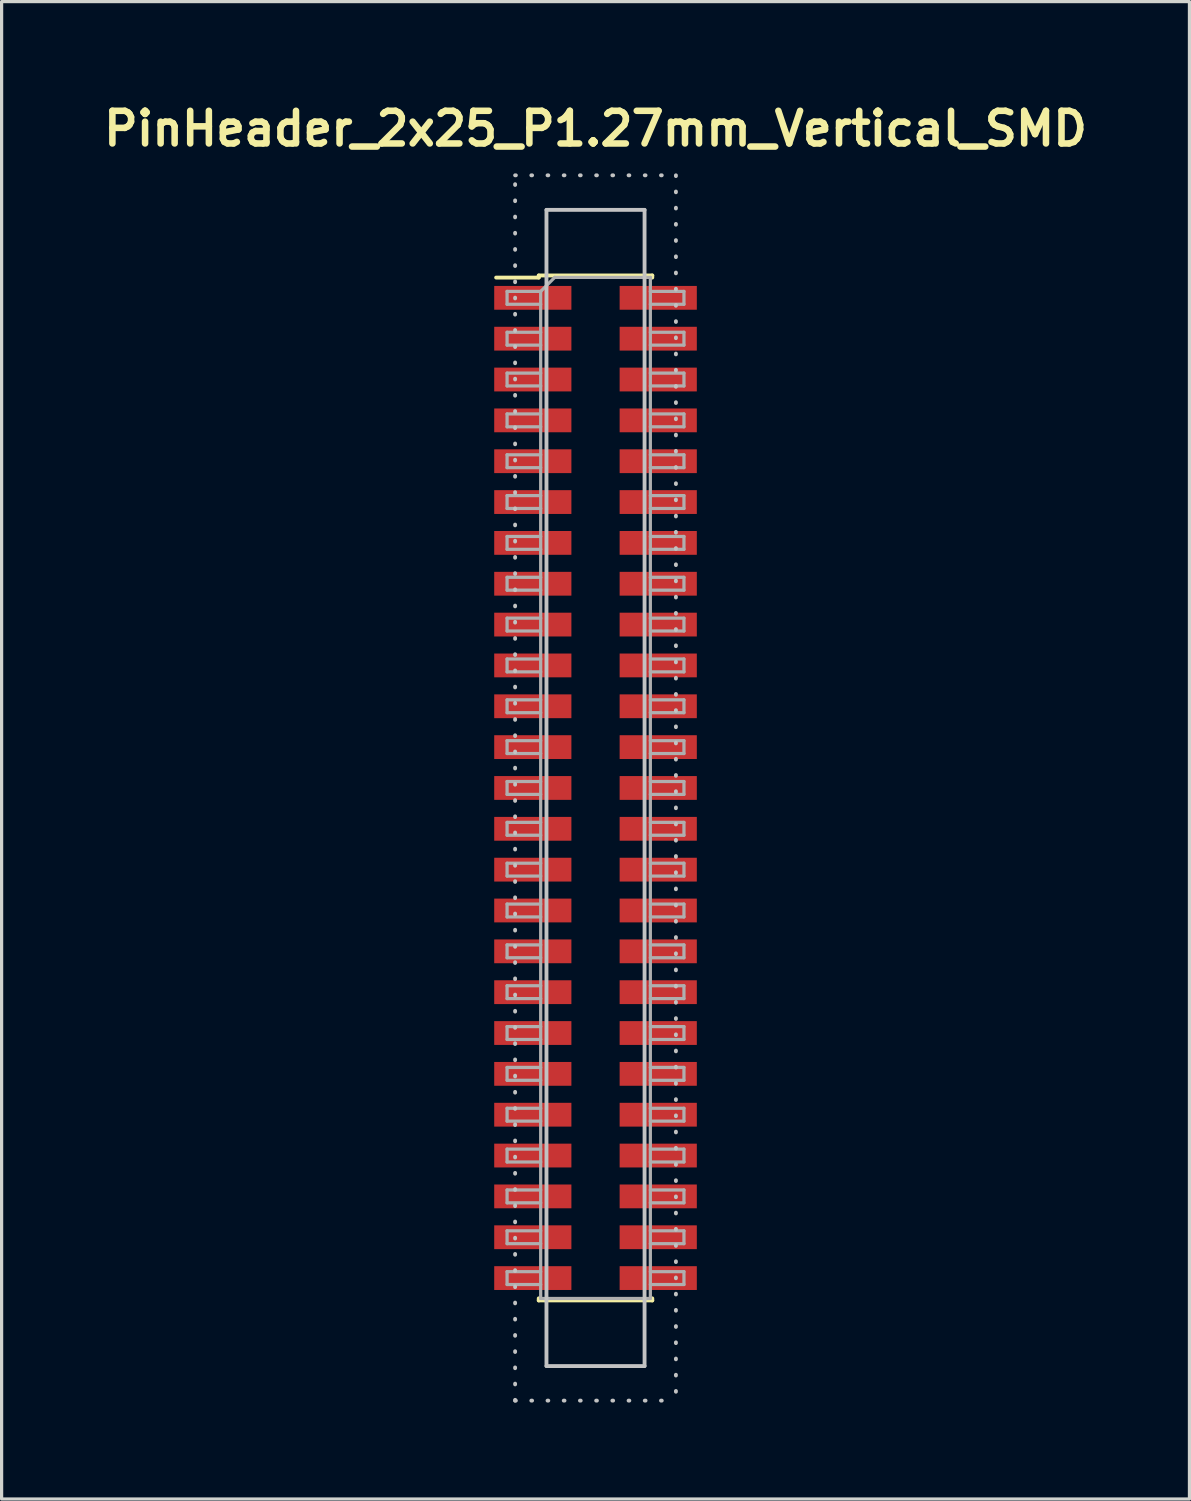
<source format=kicad_pcb>
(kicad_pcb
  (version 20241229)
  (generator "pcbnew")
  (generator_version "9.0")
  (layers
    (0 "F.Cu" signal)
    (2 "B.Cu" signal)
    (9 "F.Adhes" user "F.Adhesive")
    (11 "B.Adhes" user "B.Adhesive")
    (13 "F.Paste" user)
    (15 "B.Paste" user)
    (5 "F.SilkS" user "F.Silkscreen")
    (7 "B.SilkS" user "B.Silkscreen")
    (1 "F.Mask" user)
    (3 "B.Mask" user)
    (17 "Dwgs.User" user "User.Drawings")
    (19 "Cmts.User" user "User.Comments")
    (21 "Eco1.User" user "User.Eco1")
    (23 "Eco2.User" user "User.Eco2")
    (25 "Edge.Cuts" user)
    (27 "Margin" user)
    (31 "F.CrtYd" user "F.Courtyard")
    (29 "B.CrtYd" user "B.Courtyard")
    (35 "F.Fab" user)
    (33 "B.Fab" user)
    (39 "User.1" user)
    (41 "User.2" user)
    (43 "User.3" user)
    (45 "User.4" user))
  (footprint "PinHeader_2x25_P1.27mm_Vertical_SMD"
    (layer "F.Cu")
    (at 15.467 21.451)
    (property "Reference" "PinHeader_2x25_P1.27mm_Vertical_SMD" (at 0 -20.5 0) (layer "F.SilkS") (effects (font (size 1.016 1.016) (thickness 0.203))))
    (attr smd)
    (fp_line (start -3.09 -15.87) (end -1.765 -15.87) (stroke (width 0.12) (type solid)) (layer "F.SilkS"))
    (fp_line (start -1.765 -15.935) (end -1.765 -15.87) (stroke (width 0.12) (type solid)) (layer "F.SilkS"))
    (fp_line (start -1.765 -15.935) (end 1.765 -15.935) (stroke (width 0.12) (type solid)) (layer "F.SilkS"))
    (fp_line (start -1.765 15.87) (end -1.765 15.935) (stroke (width 0.12) (type solid)) (layer "F.SilkS"))
    (fp_line (start -1.765 15.935) (end 1.765 15.935) (stroke (width 0.12) (type solid)) (layer "F.SilkS"))
    (fp_line (start 1.765 -15.935) (end 1.765 -15.87) (stroke (width 0.12) (type solid)) (layer "F.SilkS"))
    (fp_line (start 1.765 15.87) (end 1.765 15.935) (stroke (width 0.12) (type solid)) (layer "F.SilkS"))
    (fp_line (start -2.5 -19.05) (end 2.5 -19.05) (stroke (width 0.12) (type dot)) (layer "Dwgs.User"))
    (fp_line (start -2.5 19.05) (end -2.5 -19.05) (stroke (width 0.12) (type dot)) (layer "Dwgs.User"))
    (fp_line (start -2.5 19.05) (end 2.5 19.05) (stroke (width 0.12) (type dot)) (layer "Dwgs.User"))
    (fp_line (start -1.525 -17.975) (end -1.525 17.975) (stroke (width 0.12) (type default)) (layer "Dwgs.User"))
    (fp_line (start -1.525 -17.975) (end 1.525 -17.975) (stroke (width 0.12) (type default)) (layer "Dwgs.User"))
    (fp_line (start -1.525 17.975) (end 1.525 17.975) (stroke (width 0.12) (type default)) (layer "Dwgs.User"))
    (fp_line (start 1.525 17.975) (end 1.525 -17.975) (stroke (width 0.12) (type default)) (layer "Dwgs.User"))
    (fp_line (start 2.5 -19.05) (end 2.5 19.05) (stroke (width 0.12) (type dot)) (layer "Dwgs.User"))
    (fp_line (start -2.75 -15.44) (end -2.75 -15.04) (stroke (width 0.1) (type solid)) (layer "F.Fab"))
    (fp_line (start -2.75 -15.04) (end -1.705 -15.04) (stroke (width 0.1) (type solid)) (layer "F.Fab"))
    (fp_line (start -2.75 -14.17) (end -2.75 -13.77) (stroke (width 0.1) (type solid)) (layer "F.Fab"))
    (fp_line (start -2.75 -13.77) (end -1.705 -13.77) (stroke (width 0.1) (type solid)) (layer "F.Fab"))
    (fp_line (start -2.75 -12.9) (end -2.75 -12.5) (stroke (width 0.1) (type solid)) (layer "F.Fab"))
    (fp_line (start -2.75 -12.5) (end -1.705 -12.5) (stroke (width 0.1) (type solid)) (layer "F.Fab"))
    (fp_line (start -2.75 -11.63) (end -2.75 -11.23) (stroke (width 0.1) (type solid)) (layer "F.Fab"))
    (fp_line (start -2.75 -11.23) (end -1.705 -11.23) (stroke (width 0.1) (type solid)) (layer "F.Fab"))
    (fp_line (start -2.75 -10.36) (end -2.75 -9.96) (stroke (width 0.1) (type solid)) (layer "F.Fab"))
    (fp_line (start -2.75 -9.96) (end -1.705 -9.96) (stroke (width 0.1) (type solid)) (layer "F.Fab"))
    (fp_line (start -2.75 -9.09) (end -2.75 -8.69) (stroke (width 0.1) (type solid)) (layer "F.Fab"))
    (fp_line (start -2.75 -8.69) (end -1.705 -8.69) (stroke (width 0.1) (type solid)) (layer "F.Fab"))
    (fp_line (start -2.75 -7.82) (end -2.75 -7.42) (stroke (width 0.1) (type solid)) (layer "F.Fab"))
    (fp_line (start -2.75 -7.42) (end -1.705 -7.42) (stroke (width 0.1) (type solid)) (layer "F.Fab"))
    (fp_line (start -2.75 -6.55) (end -2.75 -6.15) (stroke (width 0.1) (type solid)) (layer "F.Fab"))
    (fp_line (start -2.75 -6.15) (end -1.705 -6.15) (stroke (width 0.1) (type solid)) (layer "F.Fab"))
    (fp_line (start -2.75 -5.28) (end -2.75 -4.88) (stroke (width 0.1) (type solid)) (layer "F.Fab"))
    (fp_line (start -2.75 -4.88) (end -1.705 -4.88) (stroke (width 0.1) (type solid)) (layer "F.Fab"))
    (fp_line (start -2.75 -4.01) (end -2.75 -3.61) (stroke (width 0.1) (type solid)) (layer "F.Fab"))
    (fp_line (start -2.75 -3.61) (end -1.705 -3.61) (stroke (width 0.1) (type solid)) (layer "F.Fab"))
    (fp_line (start -2.75 -2.74) (end -2.75 -2.34) (stroke (width 0.1) (type solid)) (layer "F.Fab"))
    (fp_line (start -2.75 -2.34) (end -1.705 -2.34) (stroke (width 0.1) (type solid)) (layer "F.Fab"))
    (fp_line (start -2.75 -1.47) (end -2.75 -1.07) (stroke (width 0.1) (type solid)) (layer "F.Fab"))
    (fp_line (start -2.75 -1.07) (end -1.705 -1.07) (stroke (width 0.1) (type solid)) (layer "F.Fab"))
    (fp_line (start -2.75 -0.2) (end -2.75 0.2) (stroke (width 0.1) (type solid)) (layer "F.Fab"))
    (fp_line (start -2.75 0.2) (end -1.705 0.2) (stroke (width 0.1) (type solid)) (layer "F.Fab"))
    (fp_line (start -2.75 1.07) (end -2.75 1.47) (stroke (width 0.1) (type solid)) (layer "F.Fab"))
    (fp_line (start -2.75 1.47) (end -1.705 1.47) (stroke (width 0.1) (type solid)) (layer "F.Fab"))
    (fp_line (start -2.75 2.34) (end -2.75 2.74) (stroke (width 0.1) (type solid)) (layer "F.Fab"))
    (fp_line (start -2.75 2.74) (end -1.705 2.74) (stroke (width 0.1) (type solid)) (layer "F.Fab"))
    (fp_line (start -2.75 3.61) (end -2.75 4.01) (stroke (width 0.1) (type solid)) (layer "F.Fab"))
    (fp_line (start -2.75 4.01) (end -1.705 4.01) (stroke (width 0.1) (type solid)) (layer "F.Fab"))
    (fp_line (start -2.75 4.88) (end -2.75 5.28) (stroke (width 0.1) (type solid)) (layer "F.Fab"))
    (fp_line (start -2.75 5.28) (end -1.705 5.28) (stroke (width 0.1) (type solid)) (layer "F.Fab"))
    (fp_line (start -2.75 6.15) (end -2.75 6.55) (stroke (width 0.1) (type solid)) (layer "F.Fab"))
    (fp_line (start -2.75 6.55) (end -1.705 6.55) (stroke (width 0.1) (type solid)) (layer "F.Fab"))
    (fp_line (start -2.75 7.42) (end -2.75 7.82) (stroke (width 0.1) (type solid)) (layer "F.Fab"))
    (fp_line (start -2.75 7.82) (end -1.705 7.82) (stroke (width 0.1) (type solid)) (layer "F.Fab"))
    (fp_line (start -2.75 8.69) (end -2.75 9.09) (stroke (width 0.1) (type solid)) (layer "F.Fab"))
    (fp_line (start -2.75 9.09) (end -1.705 9.09) (stroke (width 0.1) (type solid)) (layer "F.Fab"))
    (fp_line (start -2.75 9.96) (end -2.75 10.36) (stroke (width 0.1) (type solid)) (layer "F.Fab"))
    (fp_line (start -2.75 10.36) (end -1.705 10.36) (stroke (width 0.1) (type solid)) (layer "F.Fab"))
    (fp_line (start -2.75 11.23) (end -2.75 11.63) (stroke (width 0.1) (type solid)) (layer "F.Fab"))
    (fp_line (start -2.75 11.63) (end -1.705 11.63) (stroke (width 0.1) (type solid)) (layer "F.Fab"))
    (fp_line (start -2.75 12.5) (end -2.75 12.9) (stroke (width 0.1) (type solid)) (layer "F.Fab"))
    (fp_line (start -2.75 12.9) (end -1.705 12.9) (stroke (width 0.1) (type solid)) (layer "F.Fab"))
    (fp_line (start -2.75 13.77) (end -2.75 14.17) (stroke (width 0.1) (type solid)) (layer "F.Fab"))
    (fp_line (start -2.75 14.17) (end -1.705 14.17) (stroke (width 0.1) (type solid)) (layer "F.Fab"))
    (fp_line (start -2.75 15.04) (end -2.75 15.44) (stroke (width 0.1) (type solid)) (layer "F.Fab"))
    (fp_line (start -2.75 15.44) (end -1.705 15.44) (stroke (width 0.1) (type solid)) (layer "F.Fab"))
    (fp_line (start -1.705 -15.44) (end -2.75 -15.44) (stroke (width 0.1) (type solid)) (layer "F.Fab"))
    (fp_line (start -1.705 -15.44) (end -1.27 -15.875) (stroke (width 0.1) (type solid)) (layer "F.Fab"))
    (fp_line (start -1.705 -14.17) (end -2.75 -14.17) (stroke (width 0.1) (type solid)) (layer "F.Fab"))
    (fp_line (start -1.705 -12.9) (end -2.75 -12.9) (stroke (width 0.1) (type solid)) (layer "F.Fab"))
    (fp_line (start -1.705 -11.63) (end -2.75 -11.63) (stroke (width 0.1) (type solid)) (layer "F.Fab"))
    (fp_line (start -1.705 -10.36) (end -2.75 -10.36) (stroke (width 0.1) (type solid)) (layer "F.Fab"))
    (fp_line (start -1.705 -9.09) (end -2.75 -9.09) (stroke (width 0.1) (type solid)) (layer "F.Fab"))
    (fp_line (start -1.705 -7.82) (end -2.75 -7.82) (stroke (width 0.1) (type solid)) (layer "F.Fab"))
    (fp_line (start -1.705 -6.55) (end -2.75 -6.55) (stroke (width 0.1) (type solid)) (layer "F.Fab"))
    (fp_line (start -1.705 -5.28) (end -2.75 -5.28) (stroke (width 0.1) (type solid)) (layer "F.Fab"))
    (fp_line (start -1.705 -4.01) (end -2.75 -4.01) (stroke (width 0.1) (type solid)) (layer "F.Fab"))
    (fp_line (start -1.705 -2.74) (end -2.75 -2.74) (stroke (width 0.1) (type solid)) (layer "F.Fab"))
    (fp_line (start -1.705 -1.47) (end -2.75 -1.47) (stroke (width 0.1) (type solid)) (layer "F.Fab"))
    (fp_line (start -1.705 -0.2) (end -2.75 -0.2) (stroke (width 0.1) (type solid)) (layer "F.Fab"))
    (fp_line (start -1.705 1.07) (end -2.75 1.07) (stroke (width 0.1) (type solid)) (layer "F.Fab"))
    (fp_line (start -1.705 2.34) (end -2.75 2.34) (stroke (width 0.1) (type solid)) (layer "F.Fab"))
    (fp_line (start -1.705 3.61) (end -2.75 3.61) (stroke (width 0.1) (type solid)) (layer "F.Fab"))
    (fp_line (start -1.705 4.88) (end -2.75 4.88) (stroke (width 0.1) (type solid)) (layer "F.Fab"))
    (fp_line (start -1.705 6.15) (end -2.75 6.15) (stroke (width 0.1) (type solid)) (layer "F.Fab"))
    (fp_line (start -1.705 7.42) (end -2.75 7.42) (stroke (width 0.1) (type solid)) (layer "F.Fab"))
    (fp_line (start -1.705 8.69) (end -2.75 8.69) (stroke (width 0.1) (type solid)) (layer "F.Fab"))
    (fp_line (start -1.705 9.96) (end -2.75 9.96) (stroke (width 0.1) (type solid)) (layer "F.Fab"))
    (fp_line (start -1.705 11.23) (end -2.75 11.23) (stroke (width 0.1) (type solid)) (layer "F.Fab"))
    (fp_line (start -1.705 12.5) (end -2.75 12.5) (stroke (width 0.1) (type solid)) (layer "F.Fab"))
    (fp_line (start -1.705 13.77) (end -2.75 13.77) (stroke (width 0.1) (type solid)) (layer "F.Fab"))
    (fp_line (start -1.705 15.04) (end -2.75 15.04) (stroke (width 0.1) (type solid)) (layer "F.Fab"))
    (fp_line (start -1.705 15.875) (end -1.705 -15.44) (stroke (width 0.1) (type solid)) (layer "F.Fab"))
    (fp_line (start -1.27 -15.875) (end 1.705 -15.875) (stroke (width 0.1) (type solid)) (layer "F.Fab"))
    (fp_line (start 1.705 -15.875) (end 1.705 15.875) (stroke (width 0.1) (type solid)) (layer "F.Fab"))
    (fp_line (start 1.705 -15.44) (end 2.75 -15.44) (stroke (width 0.1) (type solid)) (layer "F.Fab"))
    (fp_line (start 1.705 -14.17) (end 2.75 -14.17) (stroke (width 0.1) (type solid)) (layer "F.Fab"))
    (fp_line (start 1.705 -12.9) (end 2.75 -12.9) (stroke (width 0.1) (type solid)) (layer "F.Fab"))
    (fp_line (start 1.705 -11.63) (end 2.75 -11.63) (stroke (width 0.1) (type solid)) (layer "F.Fab"))
    (fp_line (start 1.705 -10.36) (end 2.75 -10.36) (stroke (width 0.1) (type solid)) (layer "F.Fab"))
    (fp_line (start 1.705 -9.09) (end 2.75 -9.09) (stroke (width 0.1) (type solid)) (layer "F.Fab"))
    (fp_line (start 1.705 -7.82) (end 2.75 -7.82) (stroke (width 0.1) (type solid)) (layer "F.Fab"))
    (fp_line (start 1.705 -6.55) (end 2.75 -6.55) (stroke (width 0.1) (type solid)) (layer "F.Fab"))
    (fp_line (start 1.705 -5.28) (end 2.75 -5.28) (stroke (width 0.1) (type solid)) (layer "F.Fab"))
    (fp_line (start 1.705 -4.01) (end 2.75 -4.01) (stroke (width 0.1) (type solid)) (layer "F.Fab"))
    (fp_line (start 1.705 -2.74) (end 2.75 -2.74) (stroke (width 0.1) (type solid)) (layer "F.Fab"))
    (fp_line (start 1.705 -1.47) (end 2.75 -1.47) (stroke (width 0.1) (type solid)) (layer "F.Fab"))
    (fp_line (start 1.705 -0.2) (end 2.75 -0.2) (stroke (width 0.1) (type solid)) (layer "F.Fab"))
    (fp_line (start 1.705 1.07) (end 2.75 1.07) (stroke (width 0.1) (type solid)) (layer "F.Fab"))
    (fp_line (start 1.705 2.34) (end 2.75 2.34) (stroke (width 0.1) (type solid)) (layer "F.Fab"))
    (fp_line (start 1.705 3.61) (end 2.75 3.61) (stroke (width 0.1) (type solid)) (layer "F.Fab"))
    (fp_line (start 1.705 4.88) (end 2.75 4.88) (stroke (width 0.1) (type solid)) (layer "F.Fab"))
    (fp_line (start 1.705 6.15) (end 2.75 6.15) (stroke (width 0.1) (type solid)) (layer "F.Fab"))
    (fp_line (start 1.705 7.42) (end 2.75 7.42) (stroke (width 0.1) (type solid)) (layer "F.Fab"))
    (fp_line (start 1.705 8.69) (end 2.75 8.69) (stroke (width 0.1) (type solid)) (layer "F.Fab"))
    (fp_line (start 1.705 9.96) (end 2.75 9.96) (stroke (width 0.1) (type solid)) (layer "F.Fab"))
    (fp_line (start 1.705 11.23) (end 2.75 11.23) (stroke (width 0.1) (type solid)) (layer "F.Fab"))
    (fp_line (start 1.705 12.5) (end 2.75 12.5) (stroke (width 0.1) (type solid)) (layer "F.Fab"))
    (fp_line (start 1.705 13.77) (end 2.75 13.77) (stroke (width 0.1) (type solid)) (layer "F.Fab"))
    (fp_line (start 1.705 15.04) (end 2.75 15.04) (stroke (width 0.1) (type solid)) (layer "F.Fab"))
    (fp_line (start 1.705 15.875) (end -1.705 15.875) (stroke (width 0.1) (type solid)) (layer "F.Fab"))
    (fp_line (start 2.75 -15.44) (end 2.75 -15.04) (stroke (width 0.1) (type solid)) (layer "F.Fab"))
    (fp_line (start 2.75 -15.04) (end 1.705 -15.04) (stroke (width 0.1) (type solid)) (layer "F.Fab"))
    (fp_line (start 2.75 -14.17) (end 2.75 -13.77) (stroke (width 0.1) (type solid)) (layer "F.Fab"))
    (fp_line (start 2.75 -13.77) (end 1.705 -13.77) (stroke (width 0.1) (type solid)) (layer "F.Fab"))
    (fp_line (start 2.75 -12.9) (end 2.75 -12.5) (stroke (width 0.1) (type solid)) (layer "F.Fab"))
    (fp_line (start 2.75 -12.5) (end 1.705 -12.5) (stroke (width 0.1) (type solid)) (layer "F.Fab"))
    (fp_line (start 2.75 -11.63) (end 2.75 -11.23) (stroke (width 0.1) (type solid)) (layer "F.Fab"))
    (fp_line (start 2.75 -11.23) (end 1.705 -11.23) (stroke (width 0.1) (type solid)) (layer "F.Fab"))
    (fp_line (start 2.75 -10.36) (end 2.75 -9.96) (stroke (width 0.1) (type solid)) (layer "F.Fab"))
    (fp_line (start 2.75 -9.96) (end 1.705 -9.96) (stroke (width 0.1) (type solid)) (layer "F.Fab"))
    (fp_line (start 2.75 -9.09) (end 2.75 -8.69) (stroke (width 0.1) (type solid)) (layer "F.Fab"))
    (fp_line (start 2.75 -8.69) (end 1.705 -8.69) (stroke (width 0.1) (type solid)) (layer "F.Fab"))
    (fp_line (start 2.75 -7.82) (end 2.75 -7.42) (stroke (width 0.1) (type solid)) (layer "F.Fab"))
    (fp_line (start 2.75 -7.42) (end 1.705 -7.42) (stroke (width 0.1) (type solid)) (layer "F.Fab"))
    (fp_line (start 2.75 -6.55) (end 2.75 -6.15) (stroke (width 0.1) (type solid)) (layer "F.Fab"))
    (fp_line (start 2.75 -6.15) (end 1.705 -6.15) (stroke (width 0.1) (type solid)) (layer "F.Fab"))
    (fp_line (start 2.75 -5.28) (end 2.75 -4.88) (stroke (width 0.1) (type solid)) (layer "F.Fab"))
    (fp_line (start 2.75 -4.88) (end 1.705 -4.88) (stroke (width 0.1) (type solid)) (layer "F.Fab"))
    (fp_line (start 2.75 -4.01) (end 2.75 -3.61) (stroke (width 0.1) (type solid)) (layer "F.Fab"))
    (fp_line (start 2.75 -3.61) (end 1.705 -3.61) (stroke (width 0.1) (type solid)) (layer "F.Fab"))
    (fp_line (start 2.75 -2.74) (end 2.75 -2.34) (stroke (width 0.1) (type solid)) (layer "F.Fab"))
    (fp_line (start 2.75 -2.34) (end 1.705 -2.34) (stroke (width 0.1) (type solid)) (layer "F.Fab"))
    (fp_line (start 2.75 -1.47) (end 2.75 -1.07) (stroke (width 0.1) (type solid)) (layer "F.Fab"))
    (fp_line (start 2.75 -1.07) (end 1.705 -1.07) (stroke (width 0.1) (type solid)) (layer "F.Fab"))
    (fp_line (start 2.75 -0.2) (end 2.75 0.2) (stroke (width 0.1) (type solid)) (layer "F.Fab"))
    (fp_line (start 2.75 0.2) (end 1.705 0.2) (stroke (width 0.1) (type solid)) (layer "F.Fab"))
    (fp_line (start 2.75 1.07) (end 2.75 1.47) (stroke (width 0.1) (type solid)) (layer "F.Fab"))
    (fp_line (start 2.75 1.47) (end 1.705 1.47) (stroke (width 0.1) (type solid)) (layer "F.Fab"))
    (fp_line (start 2.75 2.34) (end 2.75 2.74) (stroke (width 0.1) (type solid)) (layer "F.Fab"))
    (fp_line (start 2.75 2.74) (end 1.705 2.74) (stroke (width 0.1) (type solid)) (layer "F.Fab"))
    (fp_line (start 2.75 3.61) (end 2.75 4.01) (stroke (width 0.1) (type solid)) (layer "F.Fab"))
    (fp_line (start 2.75 4.01) (end 1.705 4.01) (stroke (width 0.1) (type solid)) (layer "F.Fab"))
    (fp_line (start 2.75 4.88) (end 2.75 5.28) (stroke (width 0.1) (type solid)) (layer "F.Fab"))
    (fp_line (start 2.75 5.28) (end 1.705 5.28) (stroke (width 0.1) (type solid)) (layer "F.Fab"))
    (fp_line (start 2.75 6.15) (end 2.75 6.55) (stroke (width 0.1) (type solid)) (layer "F.Fab"))
    (fp_line (start 2.75 6.55) (end 1.705 6.55) (stroke (width 0.1) (type solid)) (layer "F.Fab"))
    (fp_line (start 2.75 7.42) (end 2.75 7.82) (stroke (width 0.1) (type solid)) (layer "F.Fab"))
    (fp_line (start 2.75 7.82) (end 1.705 7.82) (stroke (width 0.1) (type solid)) (layer "F.Fab"))
    (fp_line (start 2.75 8.69) (end 2.75 9.09) (stroke (width 0.1) (type solid)) (layer "F.Fab"))
    (fp_line (start 2.75 9.09) (end 1.705 9.09) (stroke (width 0.1) (type solid)) (layer "F.Fab"))
    (fp_line (start 2.75 9.96) (end 2.75 10.36) (stroke (width 0.1) (type solid)) (layer "F.Fab"))
    (fp_line (start 2.75 10.36) (end 1.705 10.36) (stroke (width 0.1) (type solid)) (layer "F.Fab"))
    (fp_line (start 2.75 11.23) (end 2.75 11.63) (stroke (width 0.1) (type solid)) (layer "F.Fab"))
    (fp_line (start 2.75 11.63) (end 1.705 11.63) (stroke (width 0.1) (type solid)) (layer "F.Fab"))
    (fp_line (start 2.75 12.5) (end 2.75 12.9) (stroke (width 0.1) (type solid)) (layer "F.Fab"))
    (fp_line (start 2.75 12.9) (end 1.705 12.9) (stroke (width 0.1) (type solid)) (layer "F.Fab"))
    (fp_line (start 2.75 13.77) (end 2.75 14.17) (stroke (width 0.1) (type solid)) (layer "F.Fab"))
    (fp_line (start 2.75 14.17) (end 1.705 14.17) (stroke (width 0.1) (type solid)) (layer "F.Fab"))
    (fp_line (start 2.75 15.04) (end 2.75 15.44) (stroke (width 0.1) (type solid)) (layer "F.Fab"))
    (fp_line (start 2.75 15.44) (end 1.705 15.44) (stroke (width 0.1) (type solid)) (layer "F.Fab"))
    (pad "1" smd rect (at -1.95 -15.24) (size 2.4 0.74) (layers "F.Cu" "F.Mask" "F.Paste"))
    (pad "2" smd rect (at 1.95 -15.24) (size 2.4 0.74) (layers "F.Cu" "F.Mask" "F.Paste"))
    (pad "3" smd rect (at -1.95 -13.97) (size 2.4 0.74) (layers "F.Cu" "F.Mask" "F.Paste"))
    (pad "4" smd rect (at 1.95 -13.97) (size 2.4 0.74) (layers "F.Cu" "F.Mask" "F.Paste"))
    (pad "5" smd rect (at -1.95 -12.7) (size 2.4 0.74) (layers "F.Cu" "F.Mask" "F.Paste"))
    (pad "6" smd rect (at 1.95 -12.7) (size 2.4 0.74) (layers "F.Cu" "F.Mask" "F.Paste"))
    (pad "7" smd rect (at -1.95 -11.43) (size 2.4 0.74) (layers "F.Cu" "F.Mask" "F.Paste"))
    (pad "8" smd rect (at 1.95 -11.43) (size 2.4 0.74) (layers "F.Cu" "F.Mask" "F.Paste"))
    (pad "9" smd rect (at -1.95 -10.16) (size 2.4 0.74) (layers "F.Cu" "F.Mask" "F.Paste"))
    (pad "10" smd rect (at 1.95 -10.16) (size 2.4 0.74) (layers "F.Cu" "F.Mask" "F.Paste"))
    (pad "11" smd rect (at -1.95 -8.89) (size 2.4 0.74) (layers "F.Cu" "F.Mask" "F.Paste"))
    (pad "12" smd rect (at 1.95 -8.89) (size 2.4 0.74) (layers "F.Cu" "F.Mask" "F.Paste"))
    (pad "13" smd rect (at -1.95 -7.62) (size 2.4 0.74) (layers "F.Cu" "F.Mask" "F.Paste"))
    (pad "14" smd rect (at 1.95 -7.62) (size 2.4 0.74) (layers "F.Cu" "F.Mask" "F.Paste"))
    (pad "15" smd rect (at -1.95 -6.35) (size 2.4 0.74) (layers "F.Cu" "F.Mask" "F.Paste"))
    (pad "16" smd rect (at 1.95 -6.35) (size 2.4 0.74) (layers "F.Cu" "F.Mask" "F.Paste"))
    (pad "17" smd rect (at -1.95 -5.08) (size 2.4 0.74) (layers "F.Cu" "F.Mask" "F.Paste"))
    (pad "18" smd rect (at 1.95 -5.08) (size 2.4 0.74) (layers "F.Cu" "F.Mask" "F.Paste"))
    (pad "19" smd rect (at -1.95 -3.81) (size 2.4 0.74) (layers "F.Cu" "F.Mask" "F.Paste"))
    (pad "20" smd rect (at 1.95 -3.81) (size 2.4 0.74) (layers "F.Cu" "F.Mask" "F.Paste"))
    (pad "21" smd rect (at -1.95 -2.54) (size 2.4 0.74) (layers "F.Cu" "F.Mask" "F.Paste"))
    (pad "22" smd rect (at 1.95 -2.54) (size 2.4 0.74) (layers "F.Cu" "F.Mask" "F.Paste"))
    (pad "23" smd rect (at -1.95 -1.27) (size 2.4 0.74) (layers "F.Cu" "F.Mask" "F.Paste"))
    (pad "24" smd rect (at 1.95 -1.27) (size 2.4 0.74) (layers "F.Cu" "F.Mask" "F.Paste"))
    (pad "25" smd rect (at -1.95 0) (size 2.4 0.74) (layers "F.Cu" "F.Mask" "F.Paste"))
    (pad "26" smd rect (at 1.95 0) (size 2.4 0.74) (layers "F.Cu" "F.Mask" "F.Paste"))
    (pad "27" smd rect (at -1.95 1.27) (size 2.4 0.74) (layers "F.Cu" "F.Mask" "F.Paste"))
    (pad "28" smd rect (at 1.95 1.27) (size 2.4 0.74) (layers "F.Cu" "F.Mask" "F.Paste"))
    (pad "29" smd rect (at -1.95 2.54) (size 2.4 0.74) (layers "F.Cu" "F.Mask" "F.Paste"))
    (pad "30" smd rect (at 1.95 2.54) (size 2.4 0.74) (layers "F.Cu" "F.Mask" "F.Paste"))
    (pad "31" smd rect (at -1.95 3.81) (size 2.4 0.74) (layers "F.Cu" "F.Mask" "F.Paste"))
    (pad "32" smd rect (at 1.95 3.81) (size 2.4 0.74) (layers "F.Cu" "F.Mask" "F.Paste"))
    (pad "33" smd rect (at -1.95 5.08) (size 2.4 0.74) (layers "F.Cu" "F.Mask" "F.Paste"))
    (pad "34" smd rect (at 1.95 5.08) (size 2.4 0.74) (layers "F.Cu" "F.Mask" "F.Paste"))
    (pad "35" smd rect (at -1.95 6.35) (size 2.4 0.74) (layers "F.Cu" "F.Mask" "F.Paste"))
    (pad "36" smd rect (at 1.95 6.35) (size 2.4 0.74) (layers "F.Cu" "F.Mask" "F.Paste"))
    (pad "37" smd rect (at -1.95 7.62) (size 2.4 0.74) (layers "F.Cu" "F.Mask" "F.Paste"))
    (pad "38" smd rect (at 1.95 7.62) (size 2.4 0.74) (layers "F.Cu" "F.Mask" "F.Paste"))
    (pad "39" smd rect (at -1.95 8.89) (size 2.4 0.74) (layers "F.Cu" "F.Mask" "F.Paste"))
    (pad "40" smd rect (at 1.95 8.89) (size 2.4 0.74) (layers "F.Cu" "F.Mask" "F.Paste"))
    (pad "41" smd rect (at -1.95 10.16) (size 2.4 0.74) (layers "F.Cu" "F.Mask" "F.Paste"))
    (pad "42" smd rect (at 1.95 10.16) (size 2.4 0.74) (layers "F.Cu" "F.Mask" "F.Paste"))
    (pad "43" smd rect (at -1.95 11.43) (size 2.4 0.74) (layers "F.Cu" "F.Mask" "F.Paste"))
    (pad "44" smd rect (at 1.95 11.43) (size 2.4 0.74) (layers "F.Cu" "F.Mask" "F.Paste"))
    (pad "45" smd rect (at -1.95 12.7) (size 2.4 0.74) (layers "F.Cu" "F.Mask" "F.Paste"))
    (pad "46" smd rect (at 1.95 12.7) (size 2.4 0.74) (layers "F.Cu" "F.Mask" "F.Paste"))
    (pad "47" smd rect (at -1.95 13.97) (size 2.4 0.74) (layers "F.Cu" "F.Mask" "F.Paste"))
    (pad "48" smd rect (at 1.95 13.97) (size 2.4 0.74) (layers "F.Cu" "F.Mask" "F.Paste"))
    (pad "49" smd rect (at -1.95 15.24) (size 2.4 0.74) (layers "F.Cu" "F.Mask" "F.Paste"))
    (pad "50" smd rect (at 1.95 15.24) (size 2.4 0.74) (layers "F.Cu" "F.Mask" "F.Paste")))
  (gr_rect
    (start -3 -3)
    (end 33.935 43.561)
    (stroke (width 0.1) (type default))
    (fill no)
    (layer "Edge.Cuts")))
</source>
